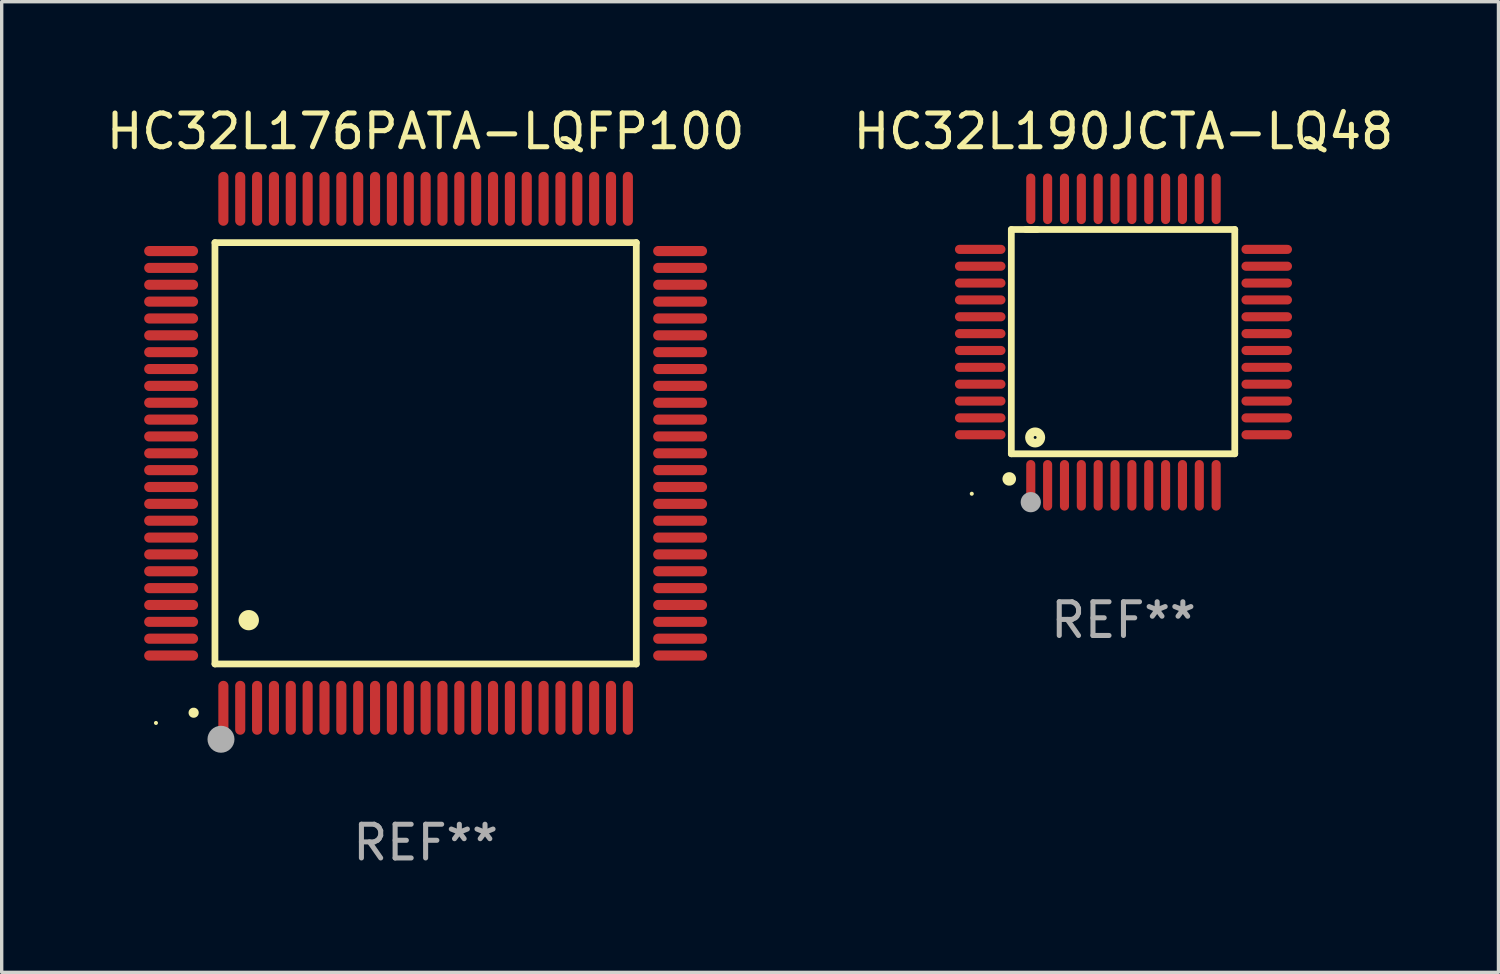
<source format=kicad_pcb>
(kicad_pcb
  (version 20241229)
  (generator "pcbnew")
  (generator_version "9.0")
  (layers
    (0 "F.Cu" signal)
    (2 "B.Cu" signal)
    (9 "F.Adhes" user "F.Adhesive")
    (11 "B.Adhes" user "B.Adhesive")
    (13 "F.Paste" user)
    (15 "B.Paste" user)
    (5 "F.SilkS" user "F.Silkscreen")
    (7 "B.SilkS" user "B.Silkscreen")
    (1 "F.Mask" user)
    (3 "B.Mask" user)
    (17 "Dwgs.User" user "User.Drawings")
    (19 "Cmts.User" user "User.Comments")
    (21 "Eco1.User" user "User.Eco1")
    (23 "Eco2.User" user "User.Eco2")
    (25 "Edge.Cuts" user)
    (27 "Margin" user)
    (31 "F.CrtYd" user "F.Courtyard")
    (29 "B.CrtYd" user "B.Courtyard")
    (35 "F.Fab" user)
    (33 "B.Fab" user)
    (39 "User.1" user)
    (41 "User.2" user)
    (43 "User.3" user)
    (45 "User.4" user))
  (footprint "HC32L176PATA-LQFP100"
    (layer "F.Cu")
    (at 9.577 10.398)
    (property "Reference" "HC32L176PATA-LQFP100" (at 0 -9.55 0) (layer "F.SilkS") (effects (font (size 1 1) (thickness 0.15))))
    (attr through_hole)
    (fp_line (start -6.25 -6.25) (end -6.25 6.25) (stroke (width 0.2) (type solid)) (layer "F.SilkS"))
    (fp_line (start -6.25 6.25) (end 6.25 6.25) (stroke (width 0.2) (type solid)) (layer "F.SilkS"))
    (fp_line (start 6.25 -6.25) (end -6.25 -6.25) (stroke (width 0.2) (type solid)) (layer "F.SilkS"))
    (fp_line (start 6.25 6.25) (end 6.25 -6.25) (stroke (width 0.2) (type solid)) (layer "F.SilkS"))
    (fp_arc (start -6.883414 7.696215) (mid -6.882144 7.69621) (end -6.880874 7.696215) (stroke (width 0.3) (type solid)) (layer "F.SilkS"))
    (fp_arc (start -5.250191 4.95047) (mid -5.247651 4.950459) (end -5.245111 4.95047) (stroke (width 0.6) (type solid)) (layer "F.SilkS"))
    (fp_circle (center -8 8) (end -7.97 8) (stroke (width 0.06) (type solid)) (fill no) (layer "F.SilkS"))
    (fp_circle (center -6.071 8.484) (end -5.871 8.484) (stroke (width 0.4) (type solid)) (fill no) (layer "F.Fab"))
    (fp_text user "REF**" (at 0 11.55 0) (layer "F.Fab") (effects (font (size 1 1) (thickness 0.15))))
    (pad "1" smd oval (at -6 7.55) (size 0.3 1.6) (layers "F.Cu" "F.Mask" "F.Paste"))
    (pad "2" smd oval (at -5.5 7.55) (size 0.3 1.6) (layers "F.Cu" "F.Mask" "F.Paste"))
    (pad "3" smd oval (at -5 7.55) (size 0.3 1.6) (layers "F.Cu" "F.Mask" "F.Paste"))
    (pad "4" smd oval (at -4.5 7.55) (size 0.3 1.6) (layers "F.Cu" "F.Mask" "F.Paste"))
    (pad "5" smd oval (at -4 7.55) (size 0.3 1.6) (layers "F.Cu" "F.Mask" "F.Paste"))
    (pad "6" smd oval (at -3.5 7.55) (size 0.3 1.6) (layers "F.Cu" "F.Mask" "F.Paste"))
    (pad "7" smd oval (at -3 7.55) (size 0.3 1.6) (layers "F.Cu" "F.Mask" "F.Paste"))
    (pad "8" smd oval (at -2.5 7.55) (size 0.3 1.6) (layers "F.Cu" "F.Mask" "F.Paste"))
    (pad "9" smd oval (at -2 7.55) (size 0.3 1.6) (layers "F.Cu" "F.Mask" "F.Paste"))
    (pad "10" smd oval (at -1.5 7.55) (size 0.3 1.6) (layers "F.Cu" "F.Mask" "F.Paste"))
    (pad "11" smd oval (at -1 7.55) (size 0.3 1.6) (layers "F.Cu" "F.Mask" "F.Paste"))
    (pad "12" smd oval (at -0.5 7.55) (size 0.3 1.6) (layers "F.Cu" "F.Mask" "F.Paste"))
    (pad "13" smd oval (at 0 7.55) (size 0.3 1.6) (layers "F.Cu" "F.Mask" "F.Paste"))
    (pad "14" smd oval (at 0.5 7.55) (size 0.3 1.6) (layers "F.Cu" "F.Mask" "F.Paste"))
    (pad "15" smd oval (at 1 7.55) (size 0.3 1.6) (layers "F.Cu" "F.Mask" "F.Paste"))
    (pad "16" smd oval (at 1.5 7.55) (size 0.3 1.6) (layers "F.Cu" "F.Mask" "F.Paste"))
    (pad "17" smd oval (at 2 7.55) (size 0.3 1.6) (layers "F.Cu" "F.Mask" "F.Paste"))
    (pad "18" smd oval (at 2.5 7.55) (size 0.3 1.6) (layers "F.Cu" "F.Mask" "F.Paste"))
    (pad "19" smd oval (at 3 7.55) (size 0.3 1.6) (layers "F.Cu" "F.Mask" "F.Paste"))
    (pad "20" smd oval (at 3.5 7.55) (size 0.3 1.6) (layers "F.Cu" "F.Mask" "F.Paste"))
    (pad "21" smd oval (at 4 7.55) (size 0.3 1.6) (layers "F.Cu" "F.Mask" "F.Paste"))
    (pad "22" smd oval (at 4.5 7.55) (size 0.3 1.6) (layers "F.Cu" "F.Mask" "F.Paste"))
    (pad "23" smd oval (at 5 7.55) (size 0.3 1.6) (layers "F.Cu" "F.Mask" "F.Paste"))
    (pad "24" smd oval (at 5.5 7.55) (size 0.3 1.6) (layers "F.Cu" "F.Mask" "F.Paste"))
    (pad "25" smd oval (at 6 7.55) (size 0.3 1.6) (layers "F.Cu" "F.Mask" "F.Paste"))
    (pad "26" smd oval (at 7.55 6) (size 1.6 0.3) (layers "F.Cu" "F.Mask" "F.Paste"))
    (pad "27" smd oval (at 7.55 5.5) (size 1.6 0.3) (layers "F.Cu" "F.Mask" "F.Paste"))
    (pad "28" smd oval (at 7.55 5) (size 1.6 0.3) (layers "F.Cu" "F.Mask" "F.Paste"))
    (pad "29" smd oval (at 7.55 4.5) (size 1.6 0.3) (layers "F.Cu" "F.Mask" "F.Paste"))
    (pad "30" smd oval (at 7.55 4) (size 1.6 0.3) (layers "F.Cu" "F.Mask" "F.Paste"))
    (pad "31" smd oval (at 7.55 3.5) (size 1.6 0.3) (layers "F.Cu" "F.Mask" "F.Paste"))
    (pad "32" smd oval (at 7.55 3) (size 1.6 0.3) (layers "F.Cu" "F.Mask" "F.Paste"))
    (pad "33" smd oval (at 7.55 2.5) (size 1.6 0.3) (layers "F.Cu" "F.Mask" "F.Paste"))
    (pad "34" smd oval (at 7.55 2) (size 1.6 0.3) (layers "F.Cu" "F.Mask" "F.Paste"))
    (pad "35" smd oval (at 7.55 1.5) (size 1.6 0.3) (layers "F.Cu" "F.Mask" "F.Paste"))
    (pad "36" smd oval (at 7.55 1) (size 1.6 0.3) (layers "F.Cu" "F.Mask" "F.Paste"))
    (pad "37" smd oval (at 7.55 0.5) (size 1.6 0.3) (layers "F.Cu" "F.Mask" "F.Paste"))
    (pad "38" smd oval (at 7.55 0) (size 1.6 0.3) (layers "F.Cu" "F.Mask" "F.Paste"))
    (pad "39" smd oval (at 7.55 -0.5) (size 1.6 0.3) (layers "F.Cu" "F.Mask" "F.Paste"))
    (pad "40" smd oval (at 7.55 -1) (size 1.6 0.3) (layers "F.Cu" "F.Mask" "F.Paste"))
    (pad "41" smd oval (at 7.55 -1.5) (size 1.6 0.3) (layers "F.Cu" "F.Mask" "F.Paste"))
    (pad "42" smd oval (at 7.55 -2) (size 1.6 0.3) (layers "F.Cu" "F.Mask" "F.Paste"))
    (pad "43" smd oval (at 7.55 -2.5) (size 1.6 0.3) (layers "F.Cu" "F.Mask" "F.Paste"))
    (pad "44" smd oval (at 7.55 -3) (size 1.6 0.3) (layers "F.Cu" "F.Mask" "F.Paste"))
    (pad "45" smd oval (at 7.55 -3.5) (size 1.6 0.3) (layers "F.Cu" "F.Mask" "F.Paste"))
    (pad "46" smd oval (at 7.55 -4) (size 1.6 0.3) (layers "F.Cu" "F.Mask" "F.Paste"))
    (pad "47" smd oval (at 7.55 -4.5) (size 1.6 0.3) (layers "F.Cu" "F.Mask" "F.Paste"))
    (pad "48" smd oval (at 7.55 -5) (size 1.6 0.3) (layers "F.Cu" "F.Mask" "F.Paste"))
    (pad "49" smd oval (at 7.55 -5.5) (size 1.6 0.3) (layers "F.Cu" "F.Mask" "F.Paste"))
    (pad "50" smd oval (at 7.55 -6) (size 1.6 0.3) (layers "F.Cu" "F.Mask" "F.Paste"))
    (pad "51" smd oval (at 6 -7.55) (size 0.3 1.6) (layers "F.Cu" "F.Mask" "F.Paste"))
    (pad "52" smd oval (at 5.5 -7.55) (size 0.3 1.6) (layers "F.Cu" "F.Mask" "F.Paste"))
    (pad "53" smd oval (at 5 -7.55) (size 0.3 1.6) (layers "F.Cu" "F.Mask" "F.Paste"))
    (pad "54" smd oval (at 4.5 -7.55) (size 0.3 1.6) (layers "F.Cu" "F.Mask" "F.Paste"))
    (pad "55" smd oval (at 4 -7.55) (size 0.3 1.6) (layers "F.Cu" "F.Mask" "F.Paste"))
    (pad "56" smd oval (at 3.5 -7.55) (size 0.3 1.6) (layers "F.Cu" "F.Mask" "F.Paste"))
    (pad "57" smd oval (at 3 -7.55) (size 0.3 1.6) (layers "F.Cu" "F.Mask" "F.Paste"))
    (pad "58" smd oval (at 2.5 -7.55) (size 0.3 1.6) (layers "F.Cu" "F.Mask" "F.Paste"))
    (pad "59" smd oval (at 2 -7.55) (size 0.3 1.6) (layers "F.Cu" "F.Mask" "F.Paste"))
    (pad "60" smd oval (at 1.5 -7.55) (size 0.3 1.6) (layers "F.Cu" "F.Mask" "F.Paste"))
    (pad "61" smd oval (at 1 -7.55) (size 0.3 1.6) (layers "F.Cu" "F.Mask" "F.Paste"))
    (pad "62" smd oval (at 0.5 -7.55) (size 0.3 1.6) (layers "F.Cu" "F.Mask" "F.Paste"))
    (pad "63" smd oval (at 0 -7.55) (size 0.3 1.6) (layers "F.Cu" "F.Mask" "F.Paste"))
    (pad "64" smd oval (at -0.5 -7.55) (size 0.3 1.6) (layers "F.Cu" "F.Mask" "F.Paste"))
    (pad "65" smd oval (at -1 -7.55) (size 0.3 1.6) (layers "F.Cu" "F.Mask" "F.Paste"))
    (pad "66" smd oval (at -1.5 -7.55) (size 0.3 1.6) (layers "F.Cu" "F.Mask" "F.Paste"))
    (pad "67" smd oval (at -2 -7.55) (size 0.3 1.6) (layers "F.Cu" "F.Mask" "F.Paste"))
    (pad "68" smd oval (at -2.5 -7.55) (size 0.3 1.6) (layers "F.Cu" "F.Mask" "F.Paste"))
    (pad "69" smd oval (at -3 -7.55) (size 0.3 1.6) (layers "F.Cu" "F.Mask" "F.Paste"))
    (pad "70" smd oval (at -3.5 -7.55) (size 0.3 1.6) (layers "F.Cu" "F.Mask" "F.Paste"))
    (pad "71" smd oval (at -4 -7.55) (size 0.3 1.6) (layers "F.Cu" "F.Mask" "F.Paste"))
    (pad "72" smd oval (at -4.5 -7.55) (size 0.3 1.6) (layers "F.Cu" "F.Mask" "F.Paste"))
    (pad "73" smd oval (at -5 -7.55) (size 0.3 1.6) (layers "F.Cu" "F.Mask" "F.Paste"))
    (pad "74" smd oval (at -5.5 -7.55) (size 0.3 1.6) (layers "F.Cu" "F.Mask" "F.Paste"))
    (pad "75" smd oval (at -6 -7.55) (size 0.3 1.6) (layers "F.Cu" "F.Mask" "F.Paste"))
    (pad "76" smd oval (at -7.55 -6) (size 1.6 0.3) (layers "F.Cu" "F.Mask" "F.Paste"))
    (pad "77" smd oval (at -7.55 -5.5) (size 1.6 0.3) (layers "F.Cu" "F.Mask" "F.Paste"))
    (pad "78" smd oval (at -7.55 -5) (size 1.6 0.3) (layers "F.Cu" "F.Mask" "F.Paste"))
    (pad "79" smd oval (at -7.55 -4.5) (size 1.6 0.3) (layers "F.Cu" "F.Mask" "F.Paste"))
    (pad "80" smd oval (at -7.55 -4) (size 1.6 0.3) (layers "F.Cu" "F.Mask" "F.Paste"))
    (pad "81" smd oval (at -7.55 -3.5) (size 1.6 0.3) (layers "F.Cu" "F.Mask" "F.Paste"))
    (pad "82" smd oval (at -7.55 -3) (size 1.6 0.3) (layers "F.Cu" "F.Mask" "F.Paste"))
    (pad "83" smd oval (at -7.55 -2.5) (size 1.6 0.3) (layers "F.Cu" "F.Mask" "F.Paste"))
    (pad "84" smd oval (at -7.55 -2) (size 1.6 0.3) (layers "F.Cu" "F.Mask" "F.Paste"))
    (pad "85" smd oval (at -7.55 -1.5) (size 1.6 0.3) (layers "F.Cu" "F.Mask" "F.Paste"))
    (pad "86" smd oval (at -7.55 -1) (size 1.6 0.3) (layers "F.Cu" "F.Mask" "F.Paste"))
    (pad "87" smd oval (at -7.55 -0.5) (size 1.6 0.3) (layers "F.Cu" "F.Mask" "F.Paste"))
    (pad "88" smd oval (at -7.55 0) (size 1.6 0.3) (layers "F.Cu" "F.Mask" "F.Paste"))
    (pad "89" smd oval (at -7.55 0.5) (size 1.6 0.3) (layers "F.Cu" "F.Mask" "F.Paste"))
    (pad "90" smd oval (at -7.55 1) (size 1.6 0.3) (layers "F.Cu" "F.Mask" "F.Paste"))
    (pad "91" smd oval (at -7.55 1.5) (size 1.6 0.3) (layers "F.Cu" "F.Mask" "F.Paste"))
    (pad "92" smd oval (at -7.55 2) (size 1.6 0.3) (layers "F.Cu" "F.Mask" "F.Paste"))
    (pad "93" smd oval (at -7.55 2.5) (size 1.6 0.3) (layers "F.Cu" "F.Mask" "F.Paste"))
    (pad "94" smd oval (at -7.55 3) (size 1.6 0.3) (layers "F.Cu" "F.Mask" "F.Paste"))
    (pad "95" smd oval (at -7.55 3.5) (size 1.6 0.3) (layers "F.Cu" "F.Mask" "F.Paste"))
    (pad "96" smd oval (at -7.55 4) (size 1.6 0.3) (layers "F.Cu" "F.Mask" "F.Paste"))
    (pad "97" smd oval (at -7.55 4.5) (size 1.6 0.3) (layers "F.Cu" "F.Mask" "F.Paste"))
    (pad "98" smd oval (at -7.55 5) (size 1.6 0.3) (layers "F.Cu" "F.Mask" "F.Paste"))
    (pad "99" smd oval (at -7.55 5.5) (size 1.6 0.3) (layers "F.Cu" "F.Mask" "F.Paste"))
    (pad "100" smd oval (at -7.55 6) (size 1.6 0.3) (layers "F.Cu" "F.Mask" "F.Paste")))
  (footprint "HC32L190JCTA-LQ48"
    (layer "F.Cu")
    (at 30.28 7.098)
    (property "Reference" "HC32L190JCTA-LQ48" (at 0 -6.25 0) (layer "F.SilkS") (effects (font (size 1 1) (thickness 0.15))))
    (attr through_hole)
    (fp_line (start -3.327 -3.34) (end -2.565 -3.34) (stroke (width 0.2) (type solid)) (layer "F.SilkS"))
    (fp_line (start -3.327 3.315) (end -3.327 -3.34) (stroke (width 0.2) (type solid)) (layer "F.SilkS"))
    (fp_line (start -2.896 -3.34) (end 3.302 -3.34) (stroke (width 0.2) (type solid)) (layer "F.SilkS"))
    (fp_line (start 3.302 -3.34) (end 3.302 3.315) (stroke (width 0.2) (type solid)) (layer "F.SilkS"))
    (fp_line (start 3.302 3.315) (end -3.327 3.315) (stroke (width 0.2) (type solid)) (layer "F.SilkS"))
    (fp_arc (start -3.389992 4.059995) (mid -3.388722 4.059991) (end -3.387452 4.059995) (stroke (width 0.4) (type solid)) (layer "F.SilkS"))
    (fp_circle (center -4.5 4.5) (end -4.47 4.5) (stroke (width 0.06) (type solid)) (fill no) (layer "F.SilkS"))
    (fp_circle (center -2.62 2.83) (end -2.45 2.83) (stroke (width 0.254) (type solid)) (fill no) (layer "F.SilkS"))
    (fp_circle (center -2.75 4.75) (end -2.6 4.75) (stroke (width 0.3) (type solid)) (fill no) (layer "F.Fab"))
    (fp_text user "REF**" (at 0 8.25 0) (layer "F.Fab") (effects (font (size 1 1) (thickness 0.15))))
    (pad "1" smd oval (at -2.75 4.25) (size 0.27 1.5) (layers "F.Cu" "F.Mask" "F.Paste"))
    (pad "2" smd oval (at -2.25 4.25) (size 0.27 1.5) (layers "F.Cu" "F.Mask" "F.Paste"))
    (pad "3" smd oval (at -1.75 4.25) (size 0.27 1.5) (layers "F.Cu" "F.Mask" "F.Paste"))
    (pad "4" smd oval (at -1.25 4.25) (size 0.27 1.5) (layers "F.Cu" "F.Mask" "F.Paste"))
    (pad "5" smd oval (at -0.75 4.25) (size 0.27 1.5) (layers "F.Cu" "F.Mask" "F.Paste"))
    (pad "6" smd oval (at -0.25 4.25) (size 0.27 1.5) (layers "F.Cu" "F.Mask" "F.Paste"))
    (pad "7" smd oval (at 0.25 4.25) (size 0.27 1.5) (layers "F.Cu" "F.Mask" "F.Paste"))
    (pad "8" smd oval (at 0.75 4.25) (size 0.27 1.5) (layers "F.Cu" "F.Mask" "F.Paste"))
    (pad "9" smd oval (at 1.25 4.25) (size 0.27 1.5) (layers "F.Cu" "F.Mask" "F.Paste"))
    (pad "10" smd oval (at 1.75 4.25) (size 0.27 1.5) (layers "F.Cu" "F.Mask" "F.Paste"))
    (pad "11" smd oval (at 2.25 4.25) (size 0.27 1.5) (layers "F.Cu" "F.Mask" "F.Paste"))
    (pad "12" smd oval (at 2.75 4.25) (size 0.27 1.5) (layers "F.Cu" "F.Mask" "F.Paste"))
    (pad "13" smd oval (at 4.25 2.75) (size 1.5 0.27) (layers "F.Cu" "F.Mask" "F.Paste"))
    (pad "14" smd oval (at 4.25 2.25) (size 1.5 0.27) (layers "F.Cu" "F.Mask" "F.Paste"))
    (pad "15" smd oval (at 4.25 1.75) (size 1.5 0.27) (layers "F.Cu" "F.Mask" "F.Paste"))
    (pad "16" smd oval (at 4.25 1.25) (size 1.5 0.27) (layers "F.Cu" "F.Mask" "F.Paste"))
    (pad "17" smd oval (at 4.25 0.75) (size 1.5 0.27) (layers "F.Cu" "F.Mask" "F.Paste"))
    (pad "18" smd oval (at 4.25 0.25) (size 1.5 0.27) (layers "F.Cu" "F.Mask" "F.Paste"))
    (pad "19" smd oval (at 4.25 -0.25) (size 1.5 0.27) (layers "F.Cu" "F.Mask" "F.Paste"))
    (pad "20" smd oval (at 4.25 -0.75) (size 1.5 0.27) (layers "F.Cu" "F.Mask" "F.Paste"))
    (pad "21" smd oval (at 4.25 -1.25) (size 1.5 0.27) (layers "F.Cu" "F.Mask" "F.Paste"))
    (pad "22" smd oval (at 4.25 -1.75) (size 1.5 0.27) (layers "F.Cu" "F.Mask" "F.Paste"))
    (pad "23" smd oval (at 4.25 -2.25) (size 1.5 0.27) (layers "F.Cu" "F.Mask" "F.Paste"))
    (pad "24" smd oval (at 4.25 -2.75) (size 1.5 0.27) (layers "F.Cu" "F.Mask" "F.Paste"))
    (pad "25" smd oval (at 2.75 -4.25) (size 0.27 1.5) (layers "F.Cu" "F.Mask" "F.Paste"))
    (pad "26" smd oval (at 2.25 -4.25) (size 0.27 1.5) (layers "F.Cu" "F.Mask" "F.Paste"))
    (pad "27" smd oval (at 1.75 -4.25) (size 0.27 1.5) (layers "F.Cu" "F.Mask" "F.Paste"))
    (pad "28" smd oval (at 1.25 -4.25) (size 0.27 1.5) (layers "F.Cu" "F.Mask" "F.Paste"))
    (pad "29" smd oval (at 0.75 -4.25) (size 0.27 1.5) (layers "F.Cu" "F.Mask" "F.Paste"))
    (pad "30" smd oval (at 0.25 -4.25) (size 0.27 1.5) (layers "F.Cu" "F.Mask" "F.Paste"))
    (pad "31" smd oval (at -0.25 -4.25) (size 0.27 1.5) (layers "F.Cu" "F.Mask" "F.Paste"))
    (pad "32" smd oval (at -0.75 -4.25) (size 0.27 1.5) (layers "F.Cu" "F.Mask" "F.Paste"))
    (pad "33" smd oval (at -1.25 -4.25) (size 0.27 1.5) (layers "F.Cu" "F.Mask" "F.Paste"))
    (pad "34" smd oval (at -1.75 -4.25) (size 0.27 1.5) (layers "F.Cu" "F.Mask" "F.Paste"))
    (pad "35" smd oval (at -2.25 -4.25) (size 0.27 1.5) (layers "F.Cu" "F.Mask" "F.Paste"))
    (pad "36" smd oval (at -2.75 -4.25) (size 0.27 1.5) (layers "F.Cu" "F.Mask" "F.Paste"))
    (pad "37" smd oval (at -4.25 -2.75) (size 1.5 0.27) (layers "F.Cu" "F.Mask" "F.Paste"))
    (pad "38" smd oval (at -4.25 -2.25) (size 1.5 0.27) (layers "F.Cu" "F.Mask" "F.Paste"))
    (pad "39" smd oval (at -4.25 -1.75) (size 1.5 0.27) (layers "F.Cu" "F.Mask" "F.Paste"))
    (pad "40" smd oval (at -4.25 -1.25) (size 1.5 0.27) (layers "F.Cu" "F.Mask" "F.Paste"))
    (pad "41" smd oval (at -4.25 -0.75) (size 1.5 0.27) (layers "F.Cu" "F.Mask" "F.Paste"))
    (pad "42" smd oval (at -4.25 -0.25) (size 1.5 0.27) (layers "F.Cu" "F.Mask" "F.Paste"))
    (pad "43" smd oval (at -4.25 0.25) (size 1.5 0.27) (layers "F.Cu" "F.Mask" "F.Paste"))
    (pad "44" smd oval (at -4.25 0.75) (size 1.5 0.27) (layers "F.Cu" "F.Mask" "F.Paste"))
    (pad "45" smd oval (at -4.25 1.25) (size 1.5 0.27) (layers "F.Cu" "F.Mask" "F.Paste"))
    (pad "46" smd oval (at -4.25 1.75) (size 1.5 0.27) (layers "F.Cu" "F.Mask" "F.Paste"))
    (pad "47" smd oval (at -4.25 2.25) (size 1.5 0.27) (layers "F.Cu" "F.Mask" "F.Paste"))
    (pad "48" smd oval (at -4.25 2.75) (size 1.5 0.27) (layers "F.Cu" "F.Mask" "F.Paste")))
  (gr_rect
    (start -3 -3)
    (end 41.405 25.796)
    (stroke (width 0.1) (type default))
    (fill no)
    (layer "Edge.Cuts")))
</source>
